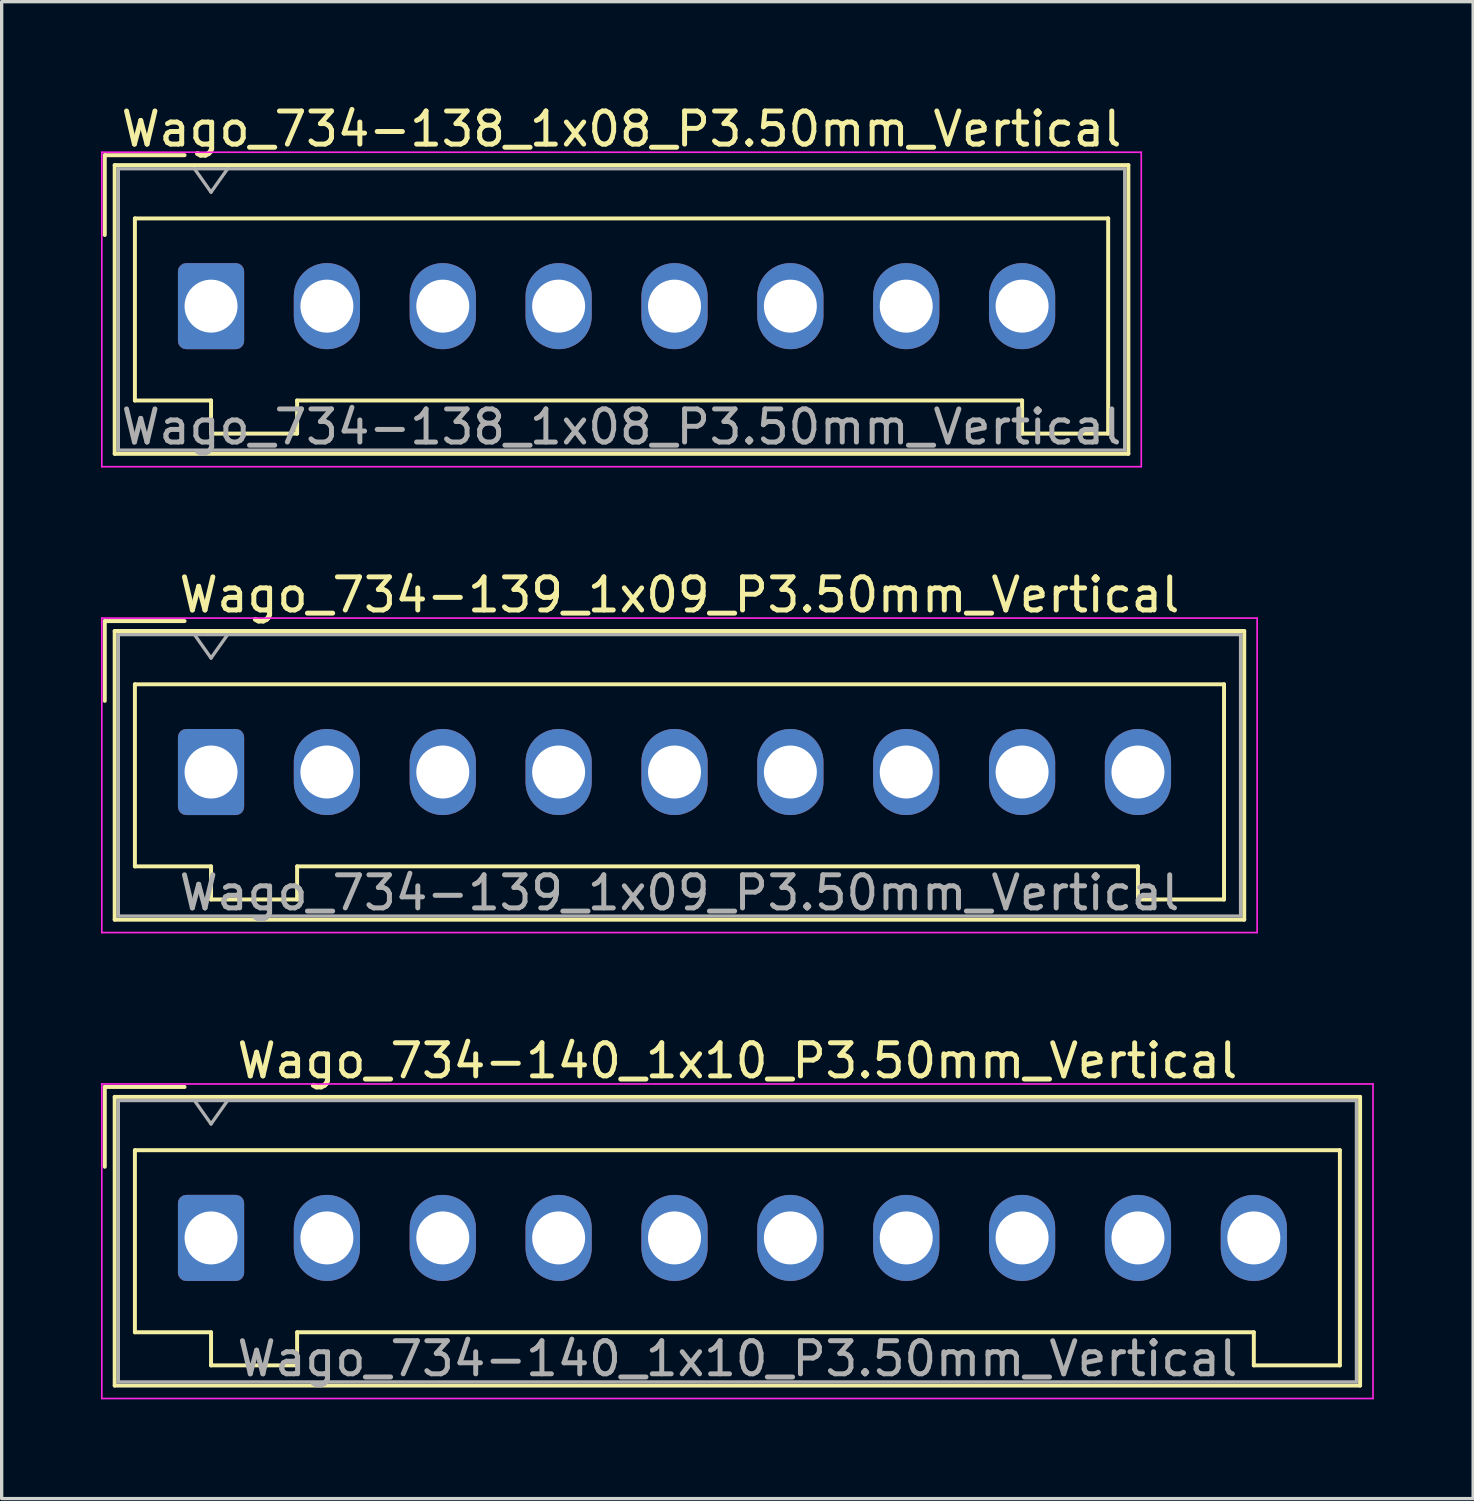
<source format=kicad_pcb>
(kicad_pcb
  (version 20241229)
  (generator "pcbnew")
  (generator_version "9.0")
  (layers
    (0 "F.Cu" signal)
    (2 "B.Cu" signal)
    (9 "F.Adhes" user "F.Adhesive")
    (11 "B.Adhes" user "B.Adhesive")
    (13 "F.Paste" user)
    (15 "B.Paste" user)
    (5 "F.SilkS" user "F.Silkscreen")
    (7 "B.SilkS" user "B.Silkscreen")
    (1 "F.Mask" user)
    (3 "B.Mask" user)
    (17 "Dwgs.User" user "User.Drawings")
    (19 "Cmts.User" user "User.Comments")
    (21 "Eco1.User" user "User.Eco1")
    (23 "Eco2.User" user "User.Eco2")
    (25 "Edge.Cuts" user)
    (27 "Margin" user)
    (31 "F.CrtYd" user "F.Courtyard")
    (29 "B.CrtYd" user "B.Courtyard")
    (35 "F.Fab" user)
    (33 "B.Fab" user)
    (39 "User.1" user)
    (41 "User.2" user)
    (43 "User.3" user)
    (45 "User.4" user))
  (footprint "Wago_734-139_1x09_P3.50mm_Vertical"
    (layer "F.Cu")
    (at 3.325 20.271)
    (property "Reference" "Wago_734-139_1x09_P3.50mm_Vertical" (at 14.15 -5.35 0) (layer "F.SilkS") (effects (font (size 1 1) (thickness 0.15))))
    (attr through_hole)
    (fp_line (start -3.21 -4.56) (end -0.8 -4.56) (stroke (width 0.12) (type solid)) (layer "F.SilkS"))
    (fp_line (start -3.21 -2.15) (end -3.21 -4.56) (stroke (width 0.12) (type solid)) (layer "F.SilkS"))
    (fp_line (start -2.91 -4.26) (end -2.91 4.46) (stroke (width 0.12) (type solid)) (layer "F.SilkS"))
    (fp_line (start -2.91 4.46) (end 31.21 4.46) (stroke (width 0.12) (type solid)) (layer "F.SilkS"))
    (fp_line (start -2.3 -2.65) (end -2.3 2.85) (stroke (width 0.12) (type solid)) (layer "F.SilkS"))
    (fp_line (start -2.3 2.85) (end 0 2.85) (stroke (width 0.12) (type solid)) (layer "F.SilkS"))
    (fp_line (start 0 2.85) (end 0 3.85) (stroke (width 0.12) (type solid)) (layer "F.SilkS"))
    (fp_line (start 0 3.85) (end 2.6 3.85) (stroke (width 0.12) (type solid)) (layer "F.SilkS"))
    (fp_line (start 2.6 2.85) (end 28 2.85) (stroke (width 0.12) (type solid)) (layer "F.SilkS"))
    (fp_line (start 2.6 3.85) (end 2.6 2.85) (stroke (width 0.12) (type solid)) (layer "F.SilkS"))
    (fp_line (start 28 2.85) (end 28 3.85) (stroke (width 0.12) (type solid)) (layer "F.SilkS"))
    (fp_line (start 28 3.85) (end 30.6 3.85) (stroke (width 0.12) (type solid)) (layer "F.SilkS"))
    (fp_line (start 30.6 -2.65) (end -2.3 -2.65) (stroke (width 0.12) (type solid)) (layer "F.SilkS"))
    (fp_line (start 30.6 3.85) (end 30.6 -2.65) (stroke (width 0.12) (type solid)) (layer "F.SilkS"))
    (fp_line (start 31.21 -4.26) (end -2.91 -4.26) (stroke (width 0.12) (type solid)) (layer "F.SilkS"))
    (fp_line (start 31.21 4.46) (end 31.21 -4.26) (stroke (width 0.12) (type solid)) (layer "F.SilkS"))
    (fp_line (start -3.3 -4.65) (end -3.3 4.85) (stroke (width 0.05) (type solid)) (layer "F.CrtYd"))
    (fp_line (start -3.3 4.85) (end 31.6 4.85) (stroke (width 0.05) (type solid)) (layer "F.CrtYd"))
    (fp_line (start 31.6 -4.65) (end -3.3 -4.65) (stroke (width 0.05) (type solid)) (layer "F.CrtYd"))
    (fp_line (start 31.6 4.85) (end 31.6 -4.65) (stroke (width 0.05) (type solid)) (layer "F.CrtYd"))
    (fp_line (start -2.8 -4.15) (end -2.8 4.35) (stroke (width 0.1) (type solid)) (layer "F.Fab"))
    (fp_line (start -2.8 4.35) (end 31.1 4.35) (stroke (width 0.1) (type solid)) (layer "F.Fab"))
    (fp_line (start -0.5 -4.15) (end 0 -3.443) (stroke (width 0.1) (type solid)) (layer "F.Fab"))
    (fp_line (start 0 -3.443) (end 0.5 -4.15) (stroke (width 0.1) (type solid)) (layer "F.Fab"))
    (fp_line (start 31.1 -4.15) (end -2.8 -4.15) (stroke (width 0.1) (type solid)) (layer "F.Fab"))
    (fp_line (start 31.1 4.35) (end 31.1 -4.15) (stroke (width 0.1) (type solid)) (layer "F.Fab"))
    (fp_text user "${REFERENCE}" (at 14.15 3.65 0) (layer "F.Fab") (effects (font (size 1 1) (thickness 0.15))))
    (pad "1" thru_hole roundrect (at 0 0) (size 2 2.6) (drill 1.6) (layers "*.Cu" "*.Mask") (roundrect_rratio 0.125))
    (pad "2" thru_hole oval (at 3.5 0) (size 2 2.6) (drill 1.6) (layers "*.Cu" "*.Mask"))
    (pad "3" thru_hole oval (at 7 0) (size 2 2.6) (drill 1.6) (layers "*.Cu" "*.Mask"))
    (pad "4" thru_hole oval (at 10.5 0) (size 2 2.6) (drill 1.6) (layers "*.Cu" "*.Mask"))
    (pad "5" thru_hole oval (at 14 0) (size 2 2.6) (drill 1.6) (layers "*.Cu" "*.Mask"))
    (pad "6" thru_hole oval (at 17.5 0) (size 2 2.6) (drill 1.6) (layers "*.Cu" "*.Mask"))
    (pad "7" thru_hole oval (at 21 0) (size 2 2.6) (drill 1.6) (layers "*.Cu" "*.Mask"))
    (pad "8" thru_hole oval (at 24.5 0) (size 2 2.6) (drill 1.6) (layers "*.Cu" "*.Mask"))
    (pad "9" thru_hole oval (at 28 0) (size 2 2.6) (drill 1.6) (layers "*.Cu" "*.Mask")))
  (footprint "Wago_734-138_1x08_P3.50mm_Vertical"
    (layer "F.Cu")
    (at 3.325 6.198)
    (property "Reference" "Wago_734-138_1x08_P3.50mm_Vertical" (at 12.4 -5.35 0) (layer "F.SilkS") (effects (font (size 1 1) (thickness 0.15))))
    (attr through_hole)
    (fp_line (start -3.21 -4.56) (end -0.8 -4.56) (stroke (width 0.12) (type solid)) (layer "F.SilkS"))
    (fp_line (start -3.21 -2.15) (end -3.21 -4.56) (stroke (width 0.12) (type solid)) (layer "F.SilkS"))
    (fp_line (start -2.91 -4.26) (end -2.91 4.46) (stroke (width 0.12) (type solid)) (layer "F.SilkS"))
    (fp_line (start -2.91 4.46) (end 27.71 4.46) (stroke (width 0.12) (type solid)) (layer "F.SilkS"))
    (fp_line (start -2.3 -2.65) (end -2.3 2.85) (stroke (width 0.12) (type solid)) (layer "F.SilkS"))
    (fp_line (start -2.3 2.85) (end 0 2.85) (stroke (width 0.12) (type solid)) (layer "F.SilkS"))
    (fp_line (start 0 2.85) (end 0 3.85) (stroke (width 0.12) (type solid)) (layer "F.SilkS"))
    (fp_line (start 0 3.85) (end 2.6 3.85) (stroke (width 0.12) (type solid)) (layer "F.SilkS"))
    (fp_line (start 2.6 2.85) (end 24.5 2.85) (stroke (width 0.12) (type solid)) (layer "F.SilkS"))
    (fp_line (start 2.6 3.85) (end 2.6 2.85) (stroke (width 0.12) (type solid)) (layer "F.SilkS"))
    (fp_line (start 24.5 2.85) (end 24.5 3.85) (stroke (width 0.12) (type solid)) (layer "F.SilkS"))
    (fp_line (start 24.5 3.85) (end 27.1 3.85) (stroke (width 0.12) (type solid)) (layer "F.SilkS"))
    (fp_line (start 27.1 -2.65) (end -2.3 -2.65) (stroke (width 0.12) (type solid)) (layer "F.SilkS"))
    (fp_line (start 27.1 3.85) (end 27.1 -2.65) (stroke (width 0.12) (type solid)) (layer "F.SilkS"))
    (fp_line (start 27.71 -4.26) (end -2.91 -4.26) (stroke (width 0.12) (type solid)) (layer "F.SilkS"))
    (fp_line (start 27.71 4.46) (end 27.71 -4.26) (stroke (width 0.12) (type solid)) (layer "F.SilkS"))
    (fp_line (start -3.3 -4.65) (end -3.3 4.85) (stroke (width 0.05) (type solid)) (layer "F.CrtYd"))
    (fp_line (start -3.3 4.85) (end 28.1 4.85) (stroke (width 0.05) (type solid)) (layer "F.CrtYd"))
    (fp_line (start 28.1 -4.65) (end -3.3 -4.65) (stroke (width 0.05) (type solid)) (layer "F.CrtYd"))
    (fp_line (start 28.1 4.85) (end 28.1 -4.65) (stroke (width 0.05) (type solid)) (layer "F.CrtYd"))
    (fp_line (start -2.8 -4.15) (end -2.8 4.35) (stroke (width 0.1) (type solid)) (layer "F.Fab"))
    (fp_line (start -2.8 4.35) (end 27.6 4.35) (stroke (width 0.1) (type solid)) (layer "F.Fab"))
    (fp_line (start -0.5 -4.15) (end 0 -3.443) (stroke (width 0.1) (type solid)) (layer "F.Fab"))
    (fp_line (start 0 -3.443) (end 0.5 -4.15) (stroke (width 0.1) (type solid)) (layer "F.Fab"))
    (fp_line (start 27.6 -4.15) (end -2.8 -4.15) (stroke (width 0.1) (type solid)) (layer "F.Fab"))
    (fp_line (start 27.6 4.35) (end 27.6 -4.15) (stroke (width 0.1) (type solid)) (layer "F.Fab"))
    (fp_text user "${REFERENCE}" (at 12.4 3.65 0) (layer "F.Fab") (effects (font (size 1 1) (thickness 0.15))))
    (pad "1" thru_hole roundrect (at 0 0) (size 2 2.6) (drill 1.6) (layers "*.Cu" "*.Mask") (roundrect_rratio 0.125))
    (pad "2" thru_hole oval (at 3.5 0) (size 2 2.6) (drill 1.6) (layers "*.Cu" "*.Mask"))
    (pad "3" thru_hole oval (at 7 0) (size 2 2.6) (drill 1.6) (layers "*.Cu" "*.Mask"))
    (pad "4" thru_hole oval (at 10.5 0) (size 2 2.6) (drill 1.6) (layers "*.Cu" "*.Mask"))
    (pad "5" thru_hole oval (at 14 0) (size 2 2.6) (drill 1.6) (layers "*.Cu" "*.Mask"))
    (pad "6" thru_hole oval (at 17.5 0) (size 2 2.6) (drill 1.6) (layers "*.Cu" "*.Mask"))
    (pad "7" thru_hole oval (at 21 0) (size 2 2.6) (drill 1.6) (layers "*.Cu" "*.Mask"))
    (pad "8" thru_hole oval (at 24.5 0) (size 2 2.6) (drill 1.6) (layers "*.Cu" "*.Mask")))
  (footprint "Wago_734-140_1x10_P3.50mm_Vertical"
    (layer "F.Cu")
    (at 3.325 34.345)
    (property "Reference" "Wago_734-140_1x10_P3.50mm_Vertical" (at 15.9 -5.35 0) (layer "F.SilkS") (effects (font (size 1 1) (thickness 0.15))))
    (attr through_hole)
    (fp_line (start -3.21 -4.56) (end -0.8 -4.56) (stroke (width 0.12) (type solid)) (layer "F.SilkS"))
    (fp_line (start -3.21 -2.15) (end -3.21 -4.56) (stroke (width 0.12) (type solid)) (layer "F.SilkS"))
    (fp_line (start -2.91 -4.26) (end -2.91 4.46) (stroke (width 0.12) (type solid)) (layer "F.SilkS"))
    (fp_line (start -2.91 4.46) (end 34.71 4.46) (stroke (width 0.12) (type solid)) (layer "F.SilkS"))
    (fp_line (start -2.3 -2.65) (end -2.3 2.85) (stroke (width 0.12) (type solid)) (layer "F.SilkS"))
    (fp_line (start -2.3 2.85) (end 0 2.85) (stroke (width 0.12) (type solid)) (layer "F.SilkS"))
    (fp_line (start 0 2.85) (end 0 3.85) (stroke (width 0.12) (type solid)) (layer "F.SilkS"))
    (fp_line (start 0 3.85) (end 2.6 3.85) (stroke (width 0.12) (type solid)) (layer "F.SilkS"))
    (fp_line (start 2.6 2.85) (end 31.5 2.85) (stroke (width 0.12) (type solid)) (layer "F.SilkS"))
    (fp_line (start 2.6 3.85) (end 2.6 2.85) (stroke (width 0.12) (type solid)) (layer "F.SilkS"))
    (fp_line (start 31.5 2.85) (end 31.5 3.85) (stroke (width 0.12) (type solid)) (layer "F.SilkS"))
    (fp_line (start 31.5 3.85) (end 34.1 3.85) (stroke (width 0.12) (type solid)) (layer "F.SilkS"))
    (fp_line (start 34.1 -2.65) (end -2.3 -2.65) (stroke (width 0.12) (type solid)) (layer "F.SilkS"))
    (fp_line (start 34.1 3.85) (end 34.1 -2.65) (stroke (width 0.12) (type solid)) (layer "F.SilkS"))
    (fp_line (start 34.71 -4.26) (end -2.91 -4.26) (stroke (width 0.12) (type solid)) (layer "F.SilkS"))
    (fp_line (start 34.71 4.46) (end 34.71 -4.26) (stroke (width 0.12) (type solid)) (layer "F.SilkS"))
    (fp_line (start -3.3 -4.65) (end -3.3 4.85) (stroke (width 0.05) (type solid)) (layer "F.CrtYd"))
    (fp_line (start -3.3 4.85) (end 35.1 4.85) (stroke (width 0.05) (type solid)) (layer "F.CrtYd"))
    (fp_line (start 35.1 -4.65) (end -3.3 -4.65) (stroke (width 0.05) (type solid)) (layer "F.CrtYd"))
    (fp_line (start 35.1 4.85) (end 35.1 -4.65) (stroke (width 0.05) (type solid)) (layer "F.CrtYd"))
    (fp_line (start -2.8 -4.15) (end -2.8 4.35) (stroke (width 0.1) (type solid)) (layer "F.Fab"))
    (fp_line (start -2.8 4.35) (end 34.6 4.35) (stroke (width 0.1) (type solid)) (layer "F.Fab"))
    (fp_line (start -0.5 -4.15) (end 0 -3.443) (stroke (width 0.1) (type solid)) (layer "F.Fab"))
    (fp_line (start 0 -3.443) (end 0.5 -4.15) (stroke (width 0.1) (type solid)) (layer "F.Fab"))
    (fp_line (start 34.6 -4.15) (end -2.8 -4.15) (stroke (width 0.1) (type solid)) (layer "F.Fab"))
    (fp_line (start 34.6 4.35) (end 34.6 -4.15) (stroke (width 0.1) (type solid)) (layer "F.Fab"))
    (fp_text user "${REFERENCE}" (at 15.9 3.65 0) (layer "F.Fab") (effects (font (size 1 1) (thickness 0.15))))
    (pad "1" thru_hole roundrect (at 0 0) (size 2 2.6) (drill 1.6) (layers "*.Cu" "*.Mask") (roundrect_rratio 0.125))
    (pad "2" thru_hole oval (at 3.5 0) (size 2 2.6) (drill 1.6) (layers "*.Cu" "*.Mask"))
    (pad "3" thru_hole oval (at 7 0) (size 2 2.6) (drill 1.6) (layers "*.Cu" "*.Mask"))
    (pad "4" thru_hole oval (at 10.5 0) (size 2 2.6) (drill 1.6) (layers "*.Cu" "*.Mask"))
    (pad "5" thru_hole oval (at 14 0) (size 2 2.6) (drill 1.6) (layers "*.Cu" "*.Mask"))
    (pad "6" thru_hole oval (at 17.5 0) (size 2 2.6) (drill 1.6) (layers "*.Cu" "*.Mask"))
    (pad "7" thru_hole oval (at 21 0) (size 2 2.6) (drill 1.6) (layers "*.Cu" "*.Mask"))
    (pad "8" thru_hole oval (at 24.5 0) (size 2 2.6) (drill 1.6) (layers "*.Cu" "*.Mask"))
    (pad "9" thru_hole oval (at 28 0) (size 2 2.6) (drill 1.6) (layers "*.Cu" "*.Mask"))
    (pad "10" thru_hole oval (at 31.5 0) (size 2 2.6) (drill 1.6) (layers "*.Cu" "*.Mask")))
  (gr_rect
    (start -3 -3)
    (end 41.45 42.22)
    (stroke (width 0.1) (type default))
    (fill no)
    (layer "Edge.Cuts")))
</source>
